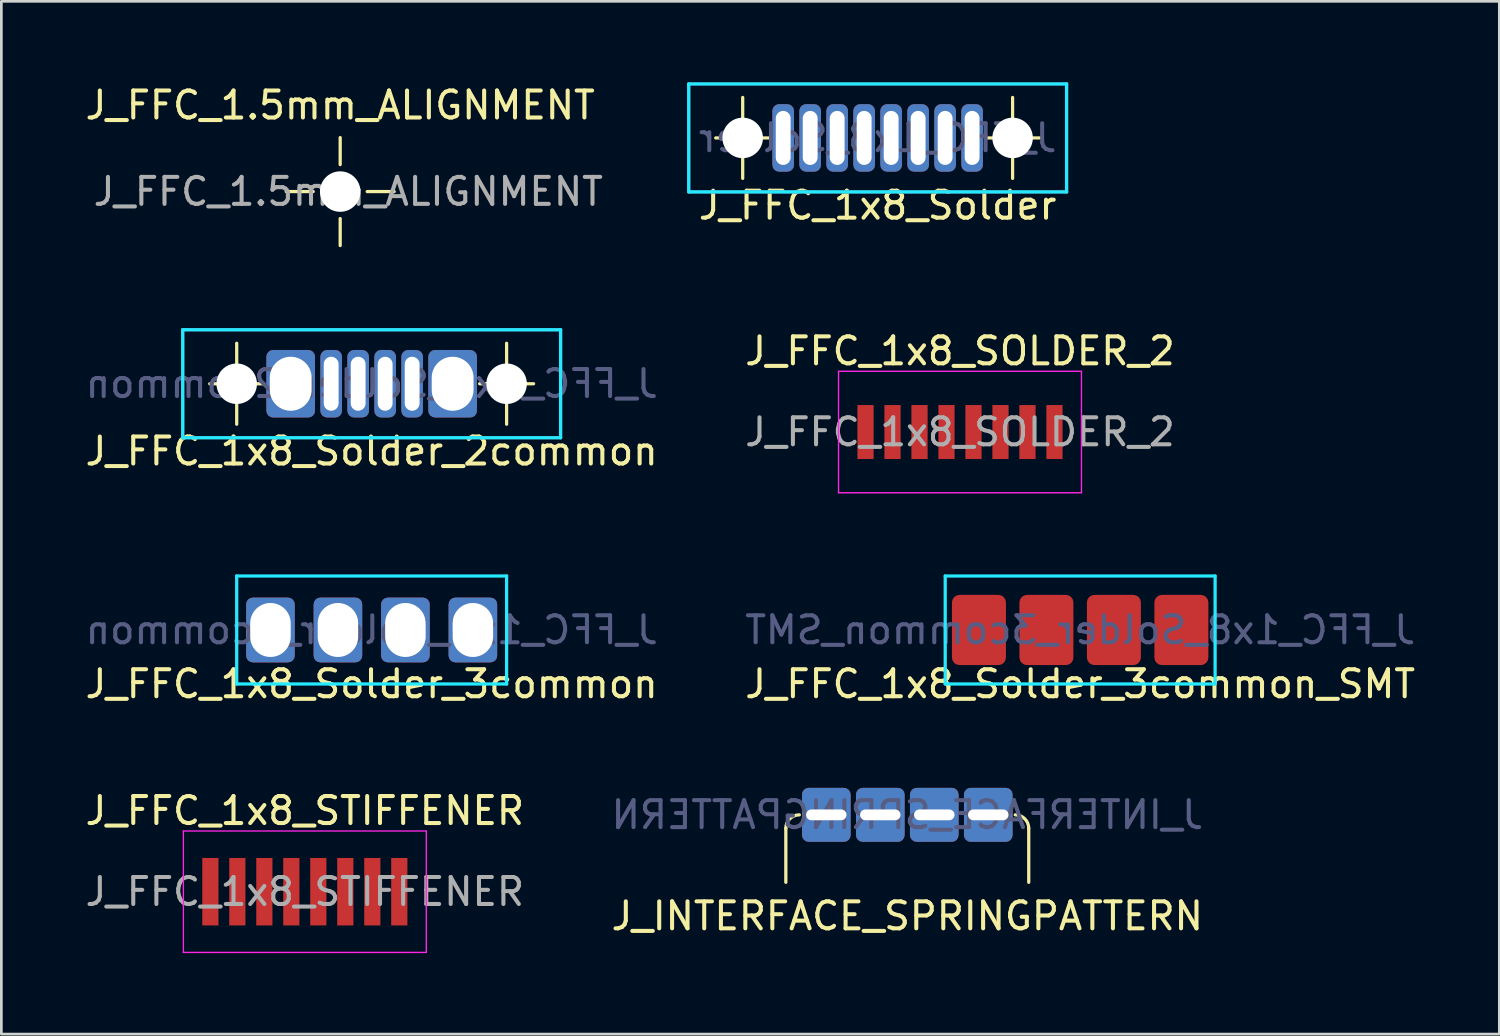
<source format=kicad_pcb>
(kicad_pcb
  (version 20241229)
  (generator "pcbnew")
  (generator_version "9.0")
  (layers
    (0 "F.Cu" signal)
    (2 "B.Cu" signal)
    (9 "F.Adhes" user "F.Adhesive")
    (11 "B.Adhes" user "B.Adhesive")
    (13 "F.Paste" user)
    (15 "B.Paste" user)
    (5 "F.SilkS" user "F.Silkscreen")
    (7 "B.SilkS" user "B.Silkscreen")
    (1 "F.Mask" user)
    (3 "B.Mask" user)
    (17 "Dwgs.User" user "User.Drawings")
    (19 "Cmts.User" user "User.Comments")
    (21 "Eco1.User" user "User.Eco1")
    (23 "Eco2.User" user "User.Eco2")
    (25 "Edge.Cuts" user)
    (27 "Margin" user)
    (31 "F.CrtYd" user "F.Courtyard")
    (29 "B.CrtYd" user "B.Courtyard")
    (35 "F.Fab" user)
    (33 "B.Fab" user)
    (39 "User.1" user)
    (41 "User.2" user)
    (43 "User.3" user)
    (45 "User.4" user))
  (footprint "J_INTERFACE_SPRINGPATTERN"
    (layer "F.Cu")
    (at 30.565 29.64)
    (property "Reference" "J_INTERFACE_SPRINGPATTERN" (at 0 1.25 0) (layer "F.SilkS") (effects (font (size 1 1) (thickness 0.15))))
    (attr smd)
    (fp_line (start -4.5 0) (end -4.5 -2) (stroke (width 0.12) (type solid)) (layer "F.SilkS"))
    (fp_line (start 4.5 0) (end 4.5 -2) (stroke (width 0.12) (type solid)) (layer "F.SilkS"))
    (fp_arc (start -4.5 -2) (mid -4.353553 -2.353553) (end -4 -2.5) (stroke (width 0.12) (type solid)) (layer "F.SilkS"))
    (fp_arc (start 4 -2.5) (mid 4.353553 -2.353553) (end 4.5 -2) (stroke (width 0.12) (type solid)) (layer "F.SilkS"))
    (fp_text user "${REFERENCE}" (at 0 -2.5 0) (layer "B.Fab") (effects (font (size 1 1) (thickness 0.15)) (justify mirror)))
    (pad "1" thru_hole roundrect (at -3 -2.5) (size 1.8 2) (drill oval 1.5 0.4) (layers "*.Cu" "*.Mask") (roundrect_rratio 0.139))
    (pad "2" thru_hole roundrect (at -1 -2.5) (size 1.8 2) (drill oval 1.5 0.4) (layers "*.Cu" "*.Mask") (roundrect_rratio 0.139))
    (pad "3" thru_hole roundrect (at 1 -2.5) (size 1.8 2) (drill oval 1.5 0.4) (layers "*.Cu" "*.Mask") (roundrect_rratio 0.139))
    (pad "4" thru_hole roundrect (at 3 -2.5) (size 1.8 2) (drill oval 1.5 0.4) (layers "*.Cu" "*.Mask") (roundrect_rratio 0.139)))
  (footprint "J_FFC_1x8_Solder_3common"
    (layer "F.Cu")
    (at 10.72 20.291)
    (property "Reference" "J_FFC_1x8_Solder_3common" (at 0 2 0) (layer "F.SilkS") (effects (font (size 1 1) (thickness 0.15))))
    (attr smd)
    (fp_line (start -5 -2) (end 5 -2) (stroke (width 0.12) (type solid)) (layer "B.CrtYd"))
    (fp_line (start -5 2) (end -5 -2) (stroke (width 0.12) (type solid)) (layer "B.CrtYd"))
    (fp_line (start 5 -2) (end 5 2) (stroke (width 0.12) (type solid)) (layer "B.CrtYd"))
    (fp_line (start 5 2) (end -5 2) (stroke (width 0.12) (type solid)) (layer "B.CrtYd"))
    (fp_text user "${REFERENCE}" (at 0 0 0) (layer "B.Fab") (effects (font (size 1 1) (thickness 0.15)) (justify mirror)))
    (pad "1" thru_hole roundrect (at -3.75 0) (size 1.8 2.4) (drill oval 1.5 2) (layers "*.Cu" "*.Mask") (roundrect_rratio 0.139))
    (pad "4" thru_hole roundrect (at -1.25 0) (size 1.8 2.4) (drill oval 1.5 2) (layers "*.Cu" "*.Mask") (roundrect_rratio 0.139))
    (pad "5" thru_hole roundrect (at 1.25 0) (size 1.8 2.4) (drill oval 1.5 2) (layers "*.Cu" "*.Mask") (roundrect_rratio 0.139))
    (pad "8" thru_hole roundrect (at 3.75 0) (size 1.8 2.4) (drill oval 1.5 2) (layers "*.Cu" "*.Mask") (roundrect_rratio 0.139)))
  (footprint "J_FFC_1.5mm_ALIGNMENT"
    (layer "F.Cu")
    (at 9.554 4.048)
    (property "Reference" "J_FFC_1.5mm_ALIGNMENT" (at 0 -3.2 0) (layer "F.SilkS") (effects (font (size 1 1) (thickness 0.15))))
    (attr exclude_from_pos_files exclude_from_bom)
    (fp_line (start -1 0) (end -2 0) (stroke (width 0.12) (type solid)) (layer "F.SilkS"))
    (fp_line (start 0 -1) (end 0 -2) (stroke (width 0.12) (type solid)) (layer "F.SilkS"))
    (fp_line (start 0 1) (end 0 2) (stroke (width 0.12) (type solid)) (layer "F.SilkS"))
    (fp_line (start 1 0) (end 2 0) (stroke (width 0.12) (type solid)) (layer "F.SilkS"))
    (fp_text user "${REFERENCE}" (at 0.3 0 0) (layer "F.Fab") (effects (font (size 1 1) (thickness 0.15))))
    (pad "" np_thru_hole circle (at 0 0) (size 1.5 1.5) (drill 1.5) (layers "*.Cu" "*.Mask")))
  (footprint "J_FFC_1x8_Solder_3common_SMT"
    (layer "F.Cu")
    (at 36.97 20.291)
    (property "Reference" "J_FFC_1x8_Solder_3common_SMT" (at 0 2 0) (layer "F.SilkS") (effects (font (size 1 1) (thickness 0.15))))
    (attr smd)
    (fp_line (start -5 -2) (end 5 -2) (stroke (width 0.12) (type solid)) (layer "B.CrtYd"))
    (fp_line (start -5 2) (end -5 -2) (stroke (width 0.12) (type solid)) (layer "B.CrtYd"))
    (fp_line (start 5 -2) (end 5 2) (stroke (width 0.12) (type solid)) (layer "B.CrtYd"))
    (fp_line (start 5 2) (end -5 2) (stroke (width 0.12) (type solid)) (layer "B.CrtYd"))
    (fp_text user "${REFERENCE}" (at 0 0 0) (layer "B.Fab") (effects (font (size 1 1) (thickness 0.15)) (justify mirror)))
    (pad "1" smd roundrect (at -3.75 0) (size 2 2.6) (layers "F.Cu" "F.Mask" "F.Paste") (roundrect_rratio 0.139))
    (pad "4" smd roundrect (at -1.25 0) (size 2 2.6) (layers "F.Cu" "F.Mask" "F.Paste") (roundrect_rratio 0.139))
    (pad "5" smd roundrect (at 1.25 0) (size 2 2.6) (layers "F.Cu" "F.Mask" "F.Paste") (roundrect_rratio 0.139))
    (pad "8" smd roundrect (at 3.75 0) (size 2 2.6) (layers "F.Cu" "F.Mask" "F.Paste") (roundrect_rratio 0.139)))
  (footprint "J_FFC_1x8_Solder_2common"
    (layer "F.Cu")
    (at 10.72 11.168)
    (property "Reference" "J_FFC_1x8_Solder_2common" (at 0 2.5 0) (layer "F.SilkS") (effects (font (size 1 1) (thickness 0.15))))
    (attr smd)
    (fp_line (start -5 -1.5) (end -5 1.5) (stroke (width 0.12) (type solid)) (layer "F.SilkS"))
    (fp_line (start -4 0) (end -6 0) (stroke (width 0.12) (type solid)) (layer "F.SilkS"))
    (fp_line (start 4 0) (end 6 0) (stroke (width 0.12) (type solid)) (layer "F.SilkS"))
    (fp_line (start 5 -1.5) (end 5 1.5) (stroke (width 0.12) (type solid)) (layer "F.SilkS"))
    (fp_line (start -7 -2) (end 7 -2) (stroke (width 0.12) (type solid)) (layer "B.CrtYd"))
    (fp_line (start -7 2) (end -7 -2) (stroke (width 0.12) (type solid)) (layer "B.CrtYd"))
    (fp_line (start 7 -2) (end 7 2) (stroke (width 0.12) (type solid)) (layer "B.CrtYd"))
    (fp_line (start 7 2) (end -7 2) (stroke (width 0.12) (type solid)) (layer "B.CrtYd"))
    (fp_line (start -7 -2) (end 7 -2) (stroke (width 0.12) (type solid)) (layer "B.Fab"))
    (fp_line (start -7 2) (end -7 -2) (stroke (width 0.12) (type solid)) (layer "B.Fab"))
    (fp_line (start 7 -2) (end 7 2) (stroke (width 0.12) (type solid)) (layer "B.Fab"))
    (fp_line (start 7 2) (end -7 2) (stroke (width 0.12) (type solid)) (layer "B.Fab"))
    (fp_text user "${REFERENCE}" (at 0 0 0) (layer "B.Fab") (effects (font (size 1 1) (thickness 0.15)) (justify mirror)))
    (pad "" np_thru_hole circle (at -5 0) (size 1.5 1.5) (drill 1.5) (layers "*.Cu" "*.Mask"))
    (pad "" np_thru_hole circle (at 5 0) (size 1.5 1.5) (drill 1.5) (layers "*.Cu" "*.Mask"))
    (pad "1" thru_hole roundrect (at -3 0) (size 1.8 2.5) (drill oval 1.55 2) (layers "*.Cu" "*.Mask") (roundrect_rratio 0.139))
    (pad "3" thru_hole roundrect (at -1.5 0) (size 0.8 2.5) (drill oval 0.55 2) (layers "*.Cu" "*.Mask") (roundrect_rratio 0.312))
    (pad "4" thru_hole roundrect (at -0.5 0) (size 0.8 2.5) (drill oval 0.55 2) (layers "*.Cu" "*.Mask") (roundrect_rratio 0.312))
    (pad "5" thru_hole roundrect (at 0.5 0) (size 0.8 2.5) (drill oval 0.55 2) (layers "*.Cu" "*.Mask") (roundrect_rratio 0.312))
    (pad "6" thru_hole roundrect (at 1.5 0) (size 0.8 2.5) (drill oval 0.55 2) (layers "*.Cu" "*.Mask") (roundrect_rratio 0.312))
    (pad "8" thru_hole roundrect (at 3 0) (size 1.8 2.5) (drill oval 1.55 2) (layers "*.Cu" "*.Mask") (roundrect_rratio 0.139)))
  (footprint "J_FFC_1x8_Solder"
    (layer "F.Cu")
    (at 29.467 2.06)
    (property "Reference" "J_FFC_1x8_Solder" (at 0 2.5 0) (layer "F.SilkS") (effects (font (size 1 1) (thickness 0.15))))
    (attr smd)
    (fp_line (start -5 -1.5) (end -5 1.5) (stroke (width 0.12) (type solid)) (layer "F.SilkS"))
    (fp_line (start -4 0) (end -6 0) (stroke (width 0.12) (type solid)) (layer "F.SilkS"))
    (fp_line (start 4 0) (end 6 0) (stroke (width 0.12) (type solid)) (layer "F.SilkS"))
    (fp_line (start 5 -1.5) (end 5 1.5) (stroke (width 0.12) (type solid)) (layer "F.SilkS"))
    (fp_line (start -7 -2) (end 7 -2) (stroke (width 0.12) (type solid)) (layer "B.CrtYd"))
    (fp_line (start -7 2) (end -7 -2) (stroke (width 0.12) (type solid)) (layer "B.CrtYd"))
    (fp_line (start 7 -2) (end 7 2) (stroke (width 0.12) (type solid)) (layer "B.CrtYd"))
    (fp_line (start 7 2) (end -7 2) (stroke (width 0.12) (type solid)) (layer "B.CrtYd"))
    (fp_line (start -7 -2) (end 7 -2) (stroke (width 0.12) (type solid)) (layer "B.Fab"))
    (fp_line (start -7 2) (end -7 -2) (stroke (width 0.12) (type solid)) (layer "B.Fab"))
    (fp_line (start 7 -2) (end 7 2) (stroke (width 0.12) (type solid)) (layer "B.Fab"))
    (fp_line (start 7 2) (end -7 2) (stroke (width 0.12) (type solid)) (layer "B.Fab"))
    (fp_text user "${REFERENCE}" (at 0 0 0) (layer "B.Fab") (effects (font (size 1 1) (thickness 0.15)) (justify mirror)))
    (pad "" np_thru_hole circle (at -5 0) (size 1.5 1.5) (drill 1.5) (layers "*.Cu" "*.Mask"))
    (pad "" np_thru_hole circle (at 5 0) (size 1.5 1.5) (drill 1.5) (layers "*.Cu" "*.Mask"))
    (pad "1" thru_hole roundrect (at -3.5 0) (size 0.8 2.5) (drill oval 0.55 2) (layers "*.Cu" "*.Mask") (roundrect_rratio 0.312))
    (pad "2" thru_hole roundrect (at -2.5 0) (size 0.8 2.5) (drill oval 0.55 2) (layers "*.Cu" "*.Mask") (roundrect_rratio 0.312))
    (pad "3" thru_hole roundrect (at -1.5 0) (size 0.8 2.5) (drill oval 0.55 2) (layers "*.Cu" "*.Mask") (roundrect_rratio 0.312))
    (pad "4" thru_hole roundrect (at -0.5 0) (size 0.8 2.5) (drill oval 0.55 2) (layers "*.Cu" "*.Mask") (roundrect_rratio 0.312))
    (pad "5" thru_hole roundrect (at 0.5 0) (size 0.8 2.5) (drill oval 0.55 2) (layers "*.Cu" "*.Mask") (roundrect_rratio 0.312))
    (pad "6" thru_hole roundrect (at 1.5 0) (size 0.8 2.5) (drill oval 0.55 2) (layers "*.Cu" "*.Mask") (roundrect_rratio 0.312))
    (pad "7" thru_hole roundrect (at 2.5 0) (size 0.8 2.5) (drill oval 0.55 2) (layers "*.Cu" "*.Mask") (roundrect_rratio 0.312))
    (pad "8" thru_hole roundrect (at 3.5 0) (size 0.8 2.5) (drill oval 0.55 2) (layers "*.Cu" "*.Mask") (roundrect_rratio 0.312)))
  (footprint "J_FFC_1x8_STIFFENER"
    (layer "F.Cu")
    (at 8.244 29.988)
    (property "Reference" "J_FFC_1x8_STIFFENER" (at 0 -3 180) (layer "F.SilkS") (effects (font (size 1 1) (thickness 0.15))))
    (attr smd)
    (fp_line (start -4.5 -2.25) (end -4.5 2.25) (stroke (width 0.05) (type solid)) (layer "F.CrtYd"))
    (fp_line (start -4.5 2.25) (end 4.5 2.25) (stroke (width 0.05) (type solid)) (layer "F.CrtYd"))
    (fp_line (start 4.5 -2.25) (end -4.5 -2.25) (stroke (width 0.05) (type solid)) (layer "F.CrtYd"))
    (fp_line (start 4.5 2.25) (end 4.5 -2.25) (stroke (width 0.05) (type solid)) (layer "F.CrtYd"))
    (fp_text user "${REFERENCE}" (at 0 0 180) (layer "F.Fab") (effects (font (size 1 1) (thickness 0.15))))
    (pad "1" smd rect (at -3.5 0 90) (size 2.5 0.6) (layers "F.Cu" "F.Mask" "F.Paste"))
    (pad "2" smd rect (at -2.5 0 90) (size 2.5 0.6) (layers "F.Cu" "F.Mask" "F.Paste"))
    (pad "3" smd rect (at -1.5 0 90) (size 2.5 0.6) (layers "F.Cu" "F.Mask" "F.Paste"))
    (pad "4" smd rect (at -0.5 0 90) (size 2.5 0.6) (layers "F.Cu" "F.Mask" "F.Paste"))
    (pad "5" smd rect (at 0.5 0 90) (size 2.5 0.6) (layers "F.Cu" "F.Mask" "F.Paste"))
    (pad "6" smd rect (at 1.5 0 90) (size 2.5 0.6) (layers "F.Cu" "F.Mask" "F.Paste"))
    (pad "7" smd rect (at 2.5 0 90) (size 2.5 0.6) (layers "F.Cu" "F.Mask" "F.Paste"))
    (pad "8" smd rect (at 3.5 0 90) (size 2.5 0.6) (layers "F.Cu" "F.Mask" "F.Paste")))
  (footprint "J_FFC_1x8_SOLDER_2"
    (layer "F.Cu")
    (at 32.518 12.957)
    (property "Reference" "J_FFC_1x8_SOLDER_2" (at 0 -3 180) (layer "F.SilkS") (effects (font (size 1 1) (thickness 0.15))))
    (attr smd)
    (fp_line (start -4.5 -2.25) (end -4.5 2.25) (stroke (width 0.05) (type solid)) (layer "F.CrtYd"))
    (fp_line (start -4.5 2.25) (end 4.5 2.25) (stroke (width 0.05) (type solid)) (layer "F.CrtYd"))
    (fp_line (start 4.5 -2.25) (end -4.5 -2.25) (stroke (width 0.05) (type solid)) (layer "F.CrtYd"))
    (fp_line (start 4.5 2.25) (end 4.5 -2.25) (stroke (width 0.05) (type solid)) (layer "F.CrtYd"))
    (fp_text user "${REFERENCE}" (at 0 0 180) (layer "F.Fab") (effects (font (size 1 1) (thickness 0.15))))
    (pad "1" smd rect (at -3.5 0 90) (size 2 0.6) (layers "F.Cu" "F.Mask" "F.Paste"))
    (pad "2" smd rect (at -2.5 0 90) (size 2 0.6) (layers "F.Cu" "F.Mask" "F.Paste"))
    (pad "3" smd rect (at -1.5 0 90) (size 2 0.6) (layers "F.Cu" "F.Mask" "F.Paste"))
    (pad "4" smd rect (at -0.5 0 90) (size 2 0.6) (layers "F.Cu" "F.Mask" "F.Paste"))
    (pad "5" smd rect (at 0.5 0 90) (size 2 0.6) (layers "F.Cu" "F.Mask" "F.Paste"))
    (pad "6" smd rect (at 1.5 0 90) (size 2 0.6) (layers "F.Cu" "F.Mask" "F.Paste"))
    (pad "7" smd rect (at 2.5 0 90) (size 2 0.6) (layers "F.Cu" "F.Mask" "F.Paste"))
    (pad "8" smd rect (at 3.5 0 90) (size 2 0.6) (layers "F.Cu" "F.Mask" "F.Paste")))
  (gr_rect
    (start -3 -3)
    (end 52.5 35.263)
    (stroke (width 0.1) (type default))
    (fill no)
    (layer "Edge.Cuts")))
</source>
